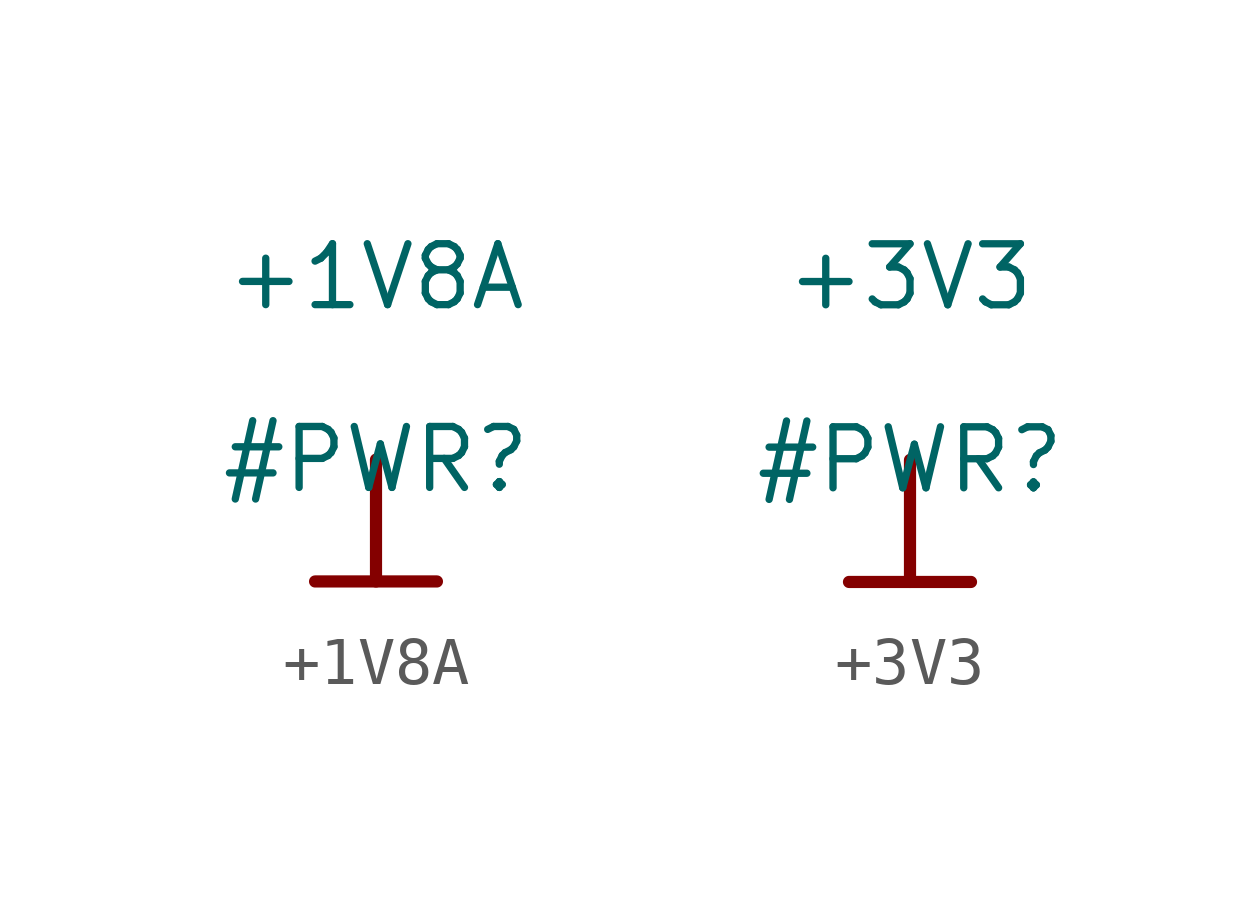
<source format=kicad_sym>
(kicad_symbol_lib
  (version 20220914)
  (generator kicad_symbol_editor)
  (symbol "+1V8A"
    (power)
    (property "Reference" "#PWR"
      (at 0 0 0)
      (effects (font (size 1.27 1.27))))
    (property "Value" "+1V8A"
      (at 0 3.81 0)
      (effects (font (size 1.27 1.27))))
    (symbol "+1V8A_0_0"
      (polyline (pts (xy -1.27 -2.54) (xy 1.27 -2.54)) (stroke (width 0.254) (type solid)) (fill (type none)))
      (polyline (pts (xy 0 0) (xy 0 -2.54)) (stroke (width 0.254) (type solid)) (fill (type none)))
      (pin power_in line (at 0 0 0) (length 0) hide (name "+1V8A" (effects (font (size 1.27 1.27)))) (number "" (effects (font (size 1.27 1.27)))))))
  (symbol "+3V3"
    (power)
    (property "Reference" "#PWR"
      (at 0 0 0)
      (effects (font (size 1.27 1.27))))
    (property "Value" "+3V3"
      (at 0 3.81 0)
      (effects (font (size 1.27 1.27))))
    (symbol "+3V3_0_0"
      (polyline (pts (xy -1.27 -2.54) (xy 1.27 -2.54)) (stroke (width 0.254) (type solid)) (fill (type none)))
      (polyline (pts (xy 0 0) (xy 0 -2.54)) (stroke (width 0.254) (type solid)) (fill (type none)))
      (pin power_in line (at 0 0 0) (length 0) hide (name "+3V3" (effects (font (size 1.27 1.27)))) (number "" (effects (font (size 1.27 1.27))))))))
</source>
